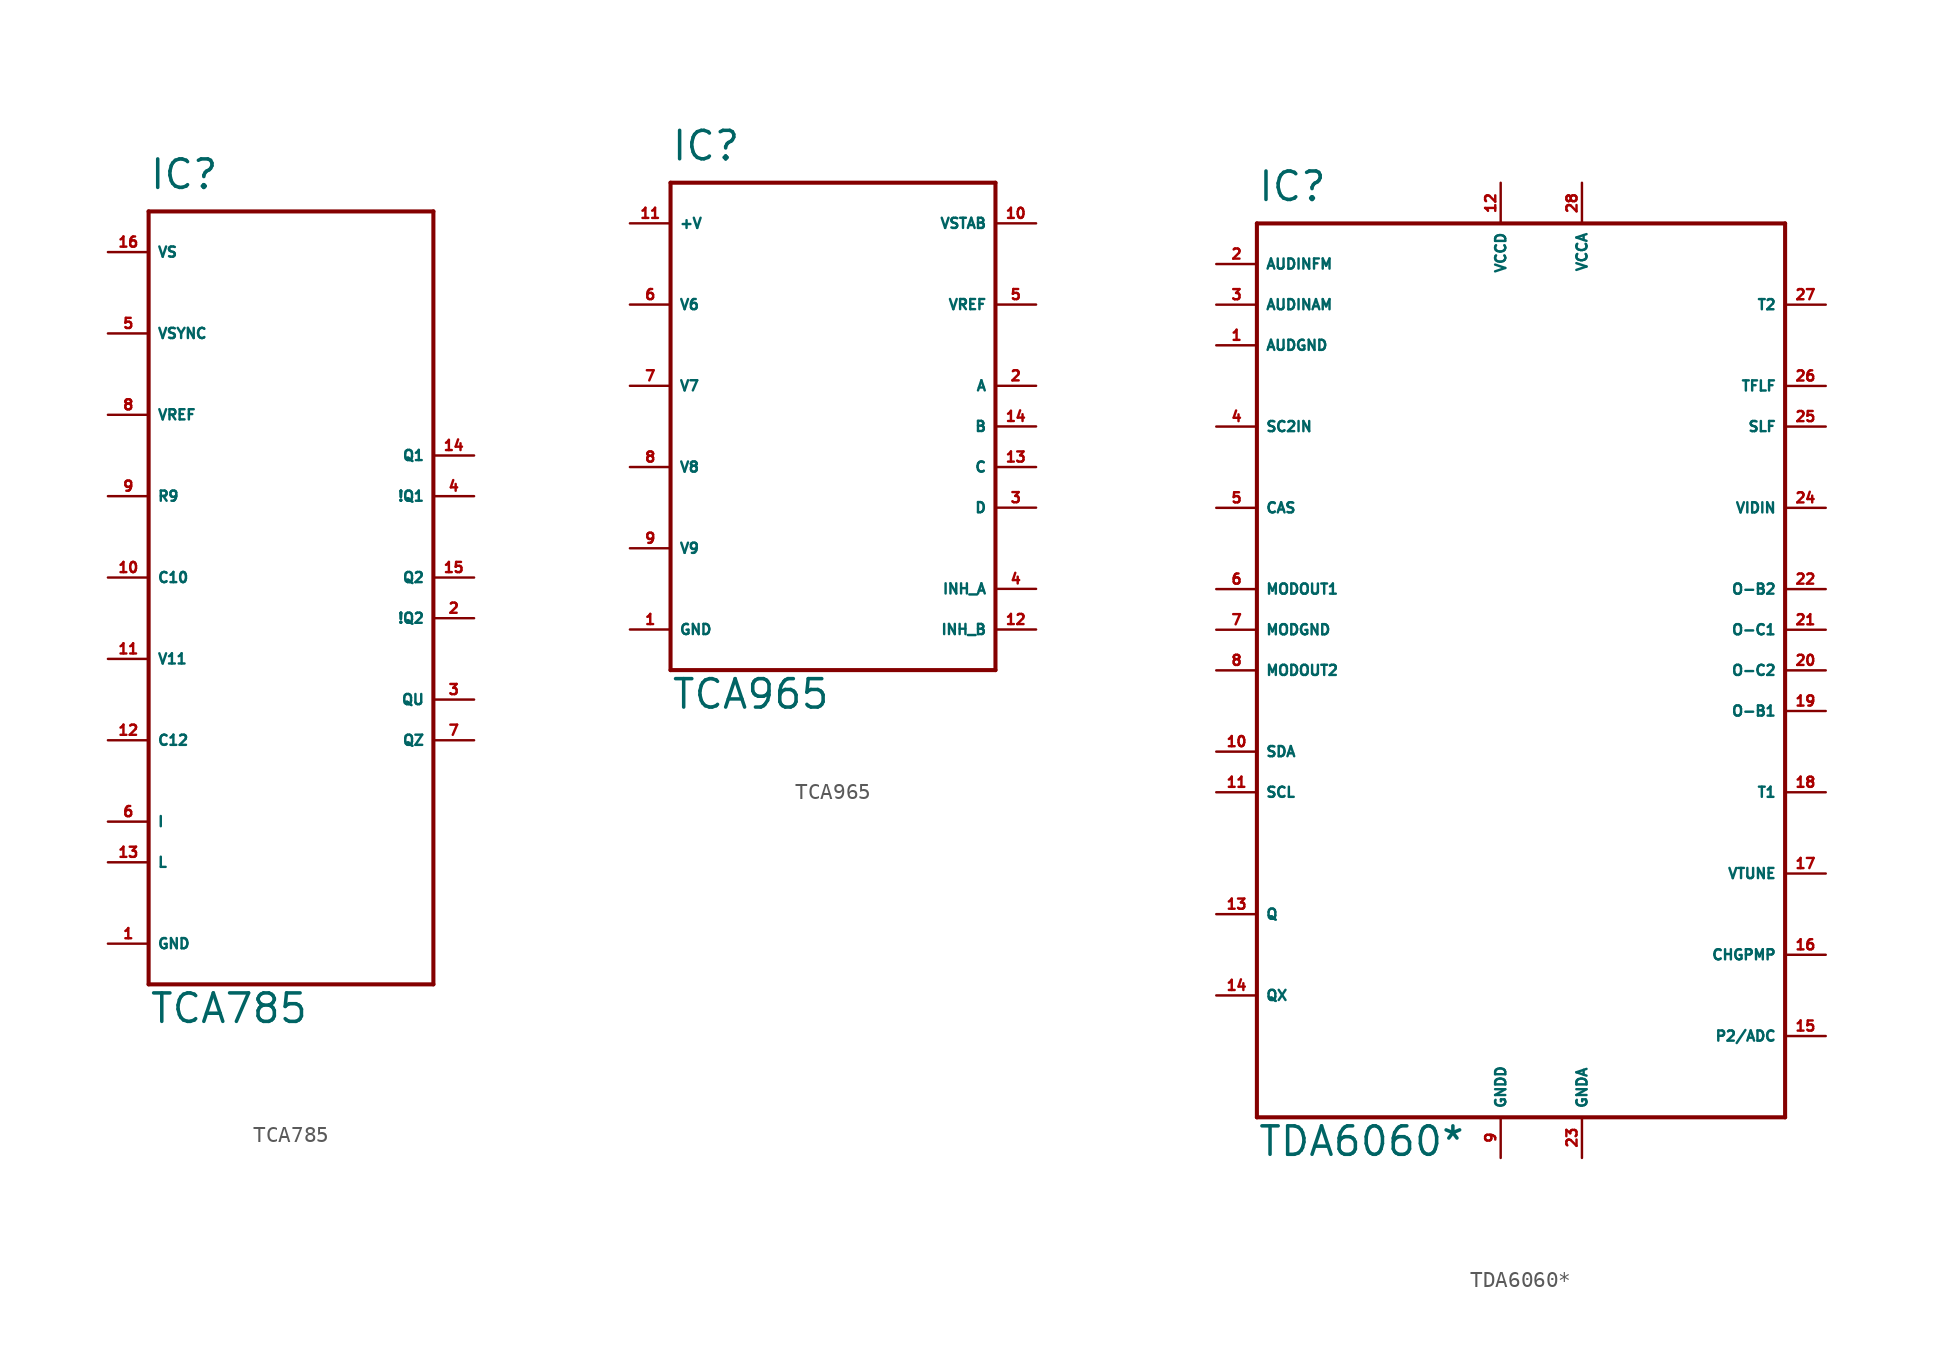
<source format=kicad_sym>
(kicad_symbol_lib
  (version 20220914)
  (generator Eagle2Kicad)
  (symbol "TCA785"
    (property "Reference" "IC"
      (at -7.62 24.13 0)
      (effects (font (size 1.778 1.778) (thickness 0.22)) (justify left bottom)))
    (property "Value" "TCA785"
      (at -7.62 -27.94 0)
      (effects (font (size 1.778 1.778) (thickness 0.22)) (justify left bottom)))
    (polyline
      (pts (xy -7.62 22.86) (xy 10.16 22.86))
      (stroke (width 0.254) (type default))
      (fill (type none)))
    (polyline
      (pts (xy 10.16 22.86) (xy 10.16 -25.4))
      (stroke (width 0.254) (type default))
      (fill (type none)))
    (polyline
      (pts (xy 10.16 -25.4) (xy -7.62 -25.4))
      (stroke (width 0.254) (type default))
      (fill (type none)))
    (polyline
      (pts (xy -7.62 -25.4) (xy -7.62 22.86))
      (stroke (width 0.254) (type default))
      (fill (type none)))
    (pin unspecified line
      (at -10.16 -22.86 0)
      (length 2.54)
      (name "GND" (effects (font (size 0.635 0.635) (thickness 0.08)) (justify left bottom)))
      (number "1" (effects (font (size 0.635 0.635) (thickness 0.08)) (justify left bottom))))
    (pin output line
      (at 12.7 -2.54 180)
      (length 2.54)
      (name "!Q2" (effects (font (size 0.635 0.635) (thickness 0.08)) (justify left bottom)))
      (number "2" (effects (font (size 0.635 0.635) (thickness 0.08)) (justify left bottom))))
    (pin output line
      (at 12.7 0 180)
      (length 2.54)
      (name "Q2" (effects (font (size 0.635 0.635) (thickness 0.08)) (justify left bottom)))
      (number "15" (effects (font (size 0.635 0.635) (thickness 0.08)) (justify left bottom))))
    (pin output line
      (at 12.7 -7.62 180)
      (length 2.54)
      (name "QU" (effects (font (size 0.635 0.635) (thickness 0.08)) (justify left bottom)))
      (number "3" (effects (font (size 0.635 0.635) (thickness 0.08)) (justify left bottom))))
    (pin output line
      (at 12.7 -10.16 180)
      (length 2.54)
      (name "QZ" (effects (font (size 0.635 0.635) (thickness 0.08)) (justify left bottom)))
      (number "7" (effects (font (size 0.635 0.635) (thickness 0.08)) (justify left bottom))))
    (pin output line
      (at 12.7 7.62 180)
      (length 2.54)
      (name "Q1" (effects (font (size 0.635 0.635) (thickness 0.08)) (justify left bottom)))
      (number "14" (effects (font (size 0.635 0.635) (thickness 0.08)) (justify left bottom))))
    (pin output line
      (at 12.7 5.08 180)
      (length 2.54)
      (name "!Q1" (effects (font (size 0.635 0.635) (thickness 0.08)) (justify left bottom)))
      (number "4" (effects (font (size 0.635 0.635) (thickness 0.08)) (justify left bottom))))
    (pin input line
      (at -10.16 -15.24 0)
      (length 2.54)
      (name "I" (effects (font (size 0.635 0.635) (thickness 0.08)) (justify left bottom)))
      (number "6" (effects (font (size 0.635 0.635) (thickness 0.08)) (justify left bottom))))
    (pin input line
      (at -10.16 15.24 0)
      (length 2.54)
      (name "VSYNC" (effects (font (size 0.635 0.635) (thickness 0.08)) (justify left bottom)))
      (number "5" (effects (font (size 0.635 0.635) (thickness 0.08)) (justify left bottom))))
    (pin input line
      (at -10.16 5.08 0)
      (length 2.54)
      (name "R9" (effects (font (size 0.635 0.635) (thickness 0.08)) (justify left bottom)))
      (number "9" (effects (font (size 0.635 0.635) (thickness 0.08)) (justify left bottom))))
    (pin input line
      (at -10.16 0 0)
      (length 2.54)
      (name "C10" (effects (font (size 0.635 0.635) (thickness 0.08)) (justify left bottom)))
      (number "10" (effects (font (size 0.635 0.635) (thickness 0.08)) (justify left bottom))))
    (pin input line
      (at -10.16 -17.78 0)
      (length 2.54)
      (name "L" (effects (font (size 0.635 0.635) (thickness 0.08)) (justify left bottom)))
      (number "13" (effects (font (size 0.635 0.635) (thickness 0.08)) (justify left bottom))))
    (pin input line
      (at -10.16 20.32 0)
      (length 2.54)
      (name "VS" (effects (font (size 0.635 0.635) (thickness 0.08)) (justify left bottom)))
      (number "16" (effects (font (size 0.635 0.635) (thickness 0.08)) (justify left bottom))))
    (pin input line
      (at -10.16 10.16 0)
      (length 2.54)
      (name "VREF" (effects (font (size 0.635 0.635) (thickness 0.08)) (justify left bottom)))
      (number "8" (effects (font (size 0.635 0.635) (thickness 0.08)) (justify left bottom))))
    (pin input line
      (at -10.16 -5.08 0)
      (length 2.54)
      (name "V11" (effects (font (size 0.635 0.635) (thickness 0.08)) (justify left bottom)))
      (number "11" (effects (font (size 0.635 0.635) (thickness 0.08)) (justify left bottom))))
    (pin input line
      (at -10.16 -10.16 0)
      (length 2.54)
      (name "C12" (effects (font (size 0.635 0.635) (thickness 0.08)) (justify left bottom)))
      (number "12" (effects (font (size 0.635 0.635) (thickness 0.08)) (justify left bottom)))))
  (symbol "TCA965"
    (property "Reference" "IC"
      (at -10.16 16.51 0)
      (effects (font (size 1.778 1.778) (thickness 0.22)) (justify left bottom)))
    (property "Value" "TCA965"
      (at -10.16 -17.78 0)
      (effects (font (size 1.778 1.778) (thickness 0.22)) (justify left bottom)))
    (polyline
      (pts (xy -10.16 15.24) (xy 10.16 15.24))
      (stroke (width 0.254) (type default))
      (fill (type none)))
    (polyline
      (pts (xy 10.16 15.24) (xy 10.16 -15.24))
      (stroke (width 0.254) (type default))
      (fill (type none)))
    (polyline
      (pts (xy 10.16 -15.24) (xy -10.16 -15.24))
      (stroke (width 0.254) (type default))
      (fill (type none)))
    (polyline
      (pts (xy -10.16 -15.24) (xy -10.16 15.24))
      (stroke (width 0.254) (type default))
      (fill (type none)))
    (pin input line
      (at -12.7 2.54 0)
      (length 2.54)
      (name "V7" (effects (font (size 0.635 0.635) (thickness 0.08)) (justify left bottom)))
      (number "7" (effects (font (size 0.635 0.635) (thickness 0.08)) (justify left bottom))))
    (pin input line
      (at -12.7 -2.54 0)
      (length 2.54)
      (name "V8" (effects (font (size 0.635 0.635) (thickness 0.08)) (justify left bottom)))
      (number "8" (effects (font (size 0.635 0.635) (thickness 0.08)) (justify left bottom))))
    (pin input line
      (at -12.7 -7.62 0)
      (length 2.54)
      (name "V9" (effects (font (size 0.635 0.635) (thickness 0.08)) (justify left bottom)))
      (number "9" (effects (font (size 0.635 0.635) (thickness 0.08)) (justify left bottom))))
    (pin input line
      (at -12.7 7.62 0)
      (length 2.54)
      (name "V6" (effects (font (size 0.635 0.635) (thickness 0.08)) (justify left bottom)))
      (number "6" (effects (font (size 0.635 0.635) (thickness 0.08)) (justify left bottom))))
    (pin open_collector line
      (at 12.7 0 180)
      (length 2.54)
      (name "B" (effects (font (size 0.635 0.635) (thickness 0.08)) (justify left bottom)))
      (number "14" (effects (font (size 0.635 0.635) (thickness 0.08)) (justify left bottom))))
    (pin input line
      (at 12.7 -12.7 180)
      (length 2.54)
      (name "INH_B" (effects (font (size 0.635 0.635) (thickness 0.08)) (justify left bottom)))
      (number "12" (effects (font (size 0.635 0.635) (thickness 0.08)) (justify left bottom))))
    (pin open_collector line
      (at 12.7 -5.08 180)
      (length 2.54)
      (name "D" (effects (font (size 0.635 0.635) (thickness 0.08)) (justify left bottom)))
      (number "3" (effects (font (size 0.635 0.635) (thickness 0.08)) (justify left bottom))))
    (pin open_collector line
      (at 12.7 -2.54 180)
      (length 2.54)
      (name "C" (effects (font (size 0.635 0.635) (thickness 0.08)) (justify left bottom)))
      (number "13" (effects (font (size 0.635 0.635) (thickness 0.08)) (justify left bottom))))
    (pin input line
      (at 12.7 -10.16 180)
      (length 2.54)
      (name "INH_A" (effects (font (size 0.635 0.635) (thickness 0.08)) (justify left bottom)))
      (number "4" (effects (font (size 0.635 0.635) (thickness 0.08)) (justify left bottom))))
    (pin open_collector line
      (at 12.7 2.54 180)
      (length 2.54)
      (name "A" (effects (font (size 0.635 0.635) (thickness 0.08)) (justify left bottom)))
      (number "2" (effects (font (size 0.635 0.635) (thickness 0.08)) (justify left bottom))))
    (pin output line
      (at 12.7 12.7 180)
      (length 2.54)
      (name "VSTAB" (effects (font (size 0.635 0.635) (thickness 0.08)) (justify left bottom)))
      (number "10" (effects (font (size 0.635 0.635) (thickness 0.08)) (justify left bottom))))
    (pin passive line
      (at 12.7 7.62 180)
      (length 2.54)
      (name "VREF" (effects (font (size 0.635 0.635) (thickness 0.08)) (justify left bottom)))
      (number "5" (effects (font (size 0.635 0.635) (thickness 0.08)) (justify left bottom))))
    (pin unspecified line
      (at -12.7 12.7 0)
      (length 2.54)
      (name "+V" (effects (font (size 0.635 0.635) (thickness 0.08)) (justify left bottom)))
      (number "11" (effects (font (size 0.635 0.635) (thickness 0.08)) (justify left bottom))))
    (pin unspecified line
      (at -12.7 -12.7 0)
      (length 2.54)
      (name "GND" (effects (font (size 0.635 0.635) (thickness 0.08)) (justify left bottom)))
      (number "1" (effects (font (size 0.635 0.635) (thickness 0.08)) (justify left bottom)))))
  (symbol "TDA6060*"
    (property "Reference" "IC"
      (at -17.78 29.21 0)
      (effects (font (size 1.778 1.778) (thickness 0.22)) (justify left bottom)))
    (property "Value" "TDA6060*"
      (at -17.78 -30.48 0)
      (effects (font (size 1.778 1.778) (thickness 0.22)) (justify left bottom)))
    (polyline
      (pts (xy -17.78 27.94) (xy 15.24 27.94))
      (stroke (width 0.254) (type default))
      (fill (type none)))
    (polyline
      (pts (xy 15.24 27.94) (xy 15.24 -27.94))
      (stroke (width 0.254) (type default))
      (fill (type none)))
    (polyline
      (pts (xy 15.24 -27.94) (xy -17.78 -27.94))
      (stroke (width 0.254) (type default))
      (fill (type none)))
    (polyline
      (pts (xy -17.78 -27.94) (xy -17.78 27.94))
      (stroke (width 0.254) (type default))
      (fill (type none)))
    (pin unspecified line
      (at -20.32 20.32 0)
      (length 2.54)
      (name "AUDGND" (effects (font (size 0.635 0.635) (thickness 0.08)) (justify left bottom)))
      (number "1" (effects (font (size 0.635 0.635) (thickness 0.08)) (justify left bottom))))
    (pin input line
      (at -20.32 25.4 0)
      (length 2.54)
      (name "AUDINFM" (effects (font (size 0.635 0.635) (thickness 0.08)) (justify left bottom)))
      (number "2" (effects (font (size 0.635 0.635) (thickness 0.08)) (justify left bottom))))
    (pin input line
      (at -20.32 22.86 0)
      (length 2.54)
      (name "AUDINAM" (effects (font (size 0.635 0.635) (thickness 0.08)) (justify left bottom)))
      (number "3" (effects (font (size 0.635 0.635) (thickness 0.08)) (justify left bottom))))
    (pin input line
      (at -20.32 15.24 0)
      (length 2.54)
      (name "SC2IN" (effects (font (size 0.635 0.635) (thickness 0.08)) (justify left bottom)))
      (number "4" (effects (font (size 0.635 0.635) (thickness 0.08)) (justify left bottom))))
    (pin input line
      (at -20.32 10.16 0)
      (length 2.54)
      (name "CAS" (effects (font (size 0.635 0.635) (thickness 0.08)) (justify left bottom)))
      (number "5" (effects (font (size 0.635 0.635) (thickness 0.08)) (justify left bottom))))
    (pin output line
      (at -20.32 5.08 0)
      (length 2.54)
      (name "MODOUT1" (effects (font (size 0.635 0.635) (thickness 0.08)) (justify left bottom)))
      (number "6" (effects (font (size 0.635 0.635) (thickness 0.08)) (justify left bottom))))
    (pin unspecified line
      (at -20.32 2.54 0)
      (length 2.54)
      (name "MODGND" (effects (font (size 0.635 0.635) (thickness 0.08)) (justify left bottom)))
      (number "7" (effects (font (size 0.635 0.635) (thickness 0.08)) (justify left bottom))))
    (pin output line
      (at -20.32 0 0)
      (length 2.54)
      (name "MODOUT2" (effects (font (size 0.635 0.635) (thickness 0.08)) (justify left bottom)))
      (number "8" (effects (font (size 0.635 0.635) (thickness 0.08)) (justify left bottom))))
    (pin unspecified line
      (at -2.54 -30.48 90)
      (length 2.54)
      (name "GNDD" (effects (font (size 0.635 0.635) (thickness 0.08)) (justify left bottom)))
      (number "9" (effects (font (size 0.635 0.635) (thickness 0.08)) (justify left bottom))))
    (pin input line
      (at -20.32 -5.08 0)
      (length 2.54)
      (name "SDA" (effects (font (size 0.635 0.635) (thickness 0.08)) (justify left bottom)))
      (number "10" (effects (font (size 0.635 0.635) (thickness 0.08)) (justify left bottom))))
    (pin input line
      (at -20.32 -7.62 0)
      (length 2.54)
      (name "SCL" (effects (font (size 0.635 0.635) (thickness 0.08)) (justify left bottom)))
      (number "11" (effects (font (size 0.635 0.635) (thickness 0.08)) (justify left bottom))))
    (pin unspecified line
      (at -2.54 30.48 270)
      (length 2.54)
      (name "VCCD" (effects (font (size 0.635 0.635) (thickness 0.08)) (justify left bottom)))
      (number "12" (effects (font (size 0.635 0.635) (thickness 0.08)) (justify left bottom))))
    (pin passive line
      (at -20.32 -15.24 0)
      (length 2.54)
      (name "Q" (effects (font (size 0.635 0.635) (thickness 0.08)) (justify left bottom)))
      (number "13" (effects (font (size 0.635 0.635) (thickness 0.08)) (justify left bottom))))
    (pin passive line
      (at -20.32 -20.32 0)
      (length 2.54)
      (name "QX" (effects (font (size 0.635 0.635) (thickness 0.08)) (justify left bottom)))
      (number "14" (effects (font (size 0.635 0.635) (thickness 0.08)) (justify left bottom))))
    (pin input line
      (at 17.78 -22.86 180)
      (length 2.54)
      (name "P2/ADC" (effects (font (size 0.635 0.635) (thickness 0.08)) (justify left bottom)))
      (number "15" (effects (font (size 0.635 0.635) (thickness 0.08)) (justify left bottom))))
    (pin input line
      (at 17.78 -17.78 180)
      (length 2.54)
      (name "CHGPMP" (effects (font (size 0.635 0.635) (thickness 0.08)) (justify left bottom)))
      (number "16" (effects (font (size 0.635 0.635) (thickness 0.08)) (justify left bottom))))
    (pin input line
      (at 17.78 -12.7 180)
      (length 2.54)
      (name "VTUNE" (effects (font (size 0.635 0.635) (thickness 0.08)) (justify left bottom)))
      (number "17" (effects (font (size 0.635 0.635) (thickness 0.08)) (justify left bottom))))
    (pin input line
      (at 17.78 -7.62 180)
      (length 2.54)
      (name "T1" (effects (font (size 0.635 0.635) (thickness 0.08)) (justify left bottom)))
      (number "18" (effects (font (size 0.635 0.635) (thickness 0.08)) (justify left bottom))))
    (pin input line
      (at 17.78 -2.54 180)
      (length 2.54)
      (name "O-B1" (effects (font (size 0.635 0.635) (thickness 0.08)) (justify left bottom)))
      (number "19" (effects (font (size 0.635 0.635) (thickness 0.08)) (justify left bottom))))
    (pin passive line
      (at 17.78 0 180)
      (length 2.54)
      (name "O-C2" (effects (font (size 0.635 0.635) (thickness 0.08)) (justify left bottom)))
      (number "20" (effects (font (size 0.635 0.635) (thickness 0.08)) (justify left bottom))))
    (pin passive line
      (at 17.78 2.54 180)
      (length 2.54)
      (name "O-C1" (effects (font (size 0.635 0.635) (thickness 0.08)) (justify left bottom)))
      (number "21" (effects (font (size 0.635 0.635) (thickness 0.08)) (justify left bottom))))
    (pin input line
      (at 17.78 5.08 180)
      (length 2.54)
      (name "O-B2" (effects (font (size 0.635 0.635) (thickness 0.08)) (justify left bottom)))
      (number "22" (effects (font (size 0.635 0.635) (thickness 0.08)) (justify left bottom))))
    (pin unspecified line
      (at 2.54 -30.48 90)
      (length 2.54)
      (name "GNDA" (effects (font (size 0.635 0.635) (thickness 0.08)) (justify left bottom)))
      (number "23" (effects (font (size 0.635 0.635) (thickness 0.08)) (justify left bottom))))
    (pin input line
      (at 17.78 10.16 180)
      (length 2.54)
      (name "VIDIN" (effects (font (size 0.635 0.635) (thickness 0.08)) (justify left bottom)))
      (number "24" (effects (font (size 0.635 0.635) (thickness 0.08)) (justify left bottom))))
    (pin passive line
      (at 17.78 15.24 180)
      (length 2.54)
      (name "SLF" (effects (font (size 0.635 0.635) (thickness 0.08)) (justify left bottom)))
      (number "25" (effects (font (size 0.635 0.635) (thickness 0.08)) (justify left bottom))))
    (pin passive line
      (at 17.78 17.78 180)
      (length 2.54)
      (name "TFLF" (effects (font (size 0.635 0.635) (thickness 0.08)) (justify left bottom)))
      (number "26" (effects (font (size 0.635 0.635) (thickness 0.08)) (justify left bottom))))
    (pin passive line
      (at 17.78 22.86 180)
      (length 2.54)
      (name "T2" (effects (font (size 0.635 0.635) (thickness 0.08)) (justify left bottom)))
      (number "27" (effects (font (size 0.635 0.635) (thickness 0.08)) (justify left bottom))))
    (pin unspecified line
      (at 2.54 30.48 270)
      (length 2.54)
      (name "VCCA" (effects (font (size 0.635 0.635) (thickness 0.08)) (justify left bottom)))
      (number "28" (effects (font (size 0.635 0.635) (thickness 0.08)) (justify left bottom))))))
</source>
